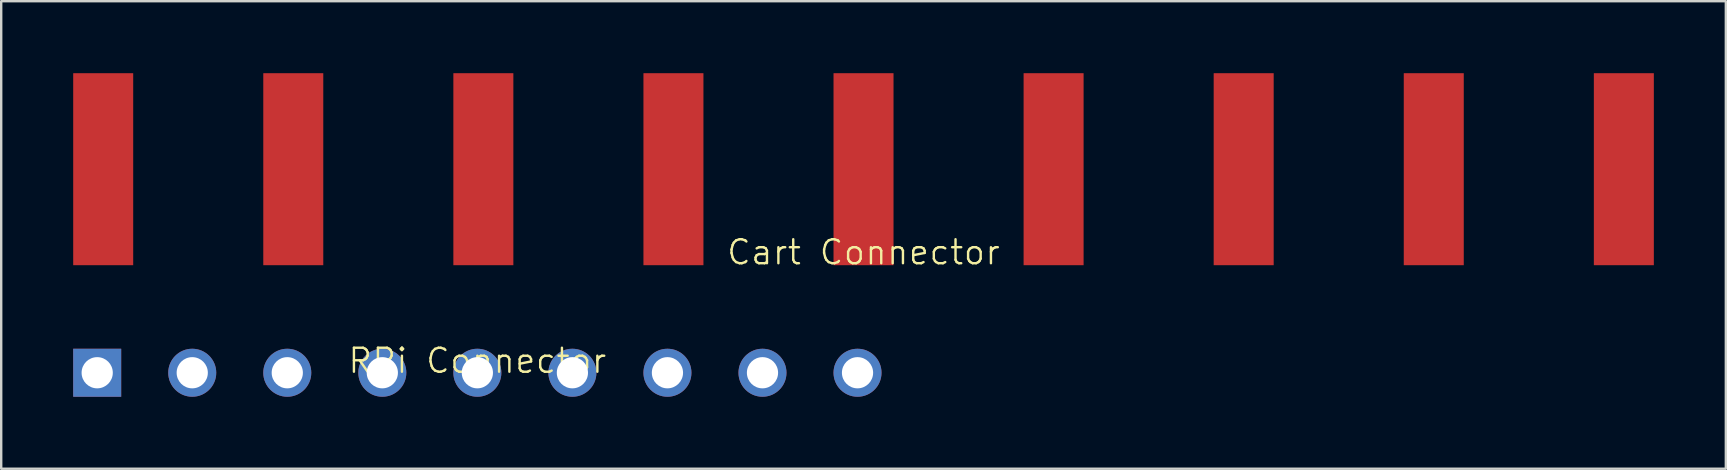
<source format=kicad_pcb>
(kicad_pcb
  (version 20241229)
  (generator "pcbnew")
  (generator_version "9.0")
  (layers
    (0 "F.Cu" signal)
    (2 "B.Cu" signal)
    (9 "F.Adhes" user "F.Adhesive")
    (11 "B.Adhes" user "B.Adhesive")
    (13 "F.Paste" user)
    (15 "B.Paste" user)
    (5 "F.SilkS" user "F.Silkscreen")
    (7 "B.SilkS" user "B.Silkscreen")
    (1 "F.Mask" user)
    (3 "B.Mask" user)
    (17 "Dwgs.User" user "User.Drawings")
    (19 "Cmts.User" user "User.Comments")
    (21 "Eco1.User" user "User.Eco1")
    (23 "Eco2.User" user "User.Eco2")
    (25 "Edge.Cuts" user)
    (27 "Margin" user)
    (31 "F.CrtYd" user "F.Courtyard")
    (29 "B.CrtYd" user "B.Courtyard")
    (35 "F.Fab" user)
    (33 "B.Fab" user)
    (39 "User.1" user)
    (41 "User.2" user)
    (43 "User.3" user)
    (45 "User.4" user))
  (footprint "RPi Connector"
    (layer "F.Cu")
    (at 16.84 12.481)
    (property "Reference" "RPi Connector" (at 0 -0.5 0) (unlocked yes) (layer "F.SilkS") (effects (font (size 1 1) (thickness 0.1))))
    (attr smd)
    (pad "1" thru_hole rect (at -15.84 0) (size 2 2) (drill 1.3) (layers "*.Cu" "*.Mask"))
    (pad "2" thru_hole circle (at -11.88 0) (size 2 2) (drill 1.3) (layers "*.Cu" "*.Mask"))
    (pad "3" thru_hole circle (at -7.92 0) (size 2 2) (drill 1.3) (layers "*.Cu" "*.Mask"))
    (pad "4" thru_hole circle (at -3.96 0) (size 2 2) (drill 1.3) (layers "*.Cu" "*.Mask"))
    (pad "5" thru_hole circle (at 0 0) (size 2 2) (drill 1.3) (layers "*.Cu" "*.Mask"))
    (pad "6" thru_hole circle (at 3.96 0) (size 2 2) (drill 1.3) (layers "*.Cu" "*.Mask"))
    (pad "7" thru_hole circle (at 7.92 0) (size 2 2) (drill 1.3) (layers "*.Cu" "*.Mask"))
    (pad "8" thru_hole circle (at 11.88 0) (size 2 2) (drill 1.3) (layers "*.Cu" "*.Mask"))
    (pad "9" thru_hole circle (at 15.84 0) (size 2 2) (drill 1.3) (layers "*.Cu" "*.Mask")))
  (footprint "Cart Connector"
    (layer "F.Cu")
    (at 32.93 7.96)
    (property "Reference" "Cart Connector" (at 0 -0.5 0) (unlocked yes) (layer "F.SilkS") (effects (font (size 1 1) (thickness 0.1))))
    (attr smd)
    (pad "1" smd rect (at -31.68 -3.96) (size 2.5 8) (layers "F.Cu" "F.Mask"))
    (pad "2" connect rect (at -23.76 -3.96) (size 2.5 8) (layers "F.Cu" "F.Mask"))
    (pad "3" connect rect (at -15.84 -3.96) (size 2.5 8) (layers "F.Cu" "F.Mask"))
    (pad "4" connect rect (at -7.92 -3.96) (size 2.5 8) (layers "F.Cu" "F.Mask"))
    (pad "5" connect rect (at 0 -3.96) (size 2.5 8) (layers "F.Cu" "F.Mask"))
    (pad "6" connect rect (at 7.92 -3.96) (size 2.5 8) (layers "F.Cu" "F.Mask"))
    (pad "7" connect rect (at 15.84 -3.96) (size 2.5 8) (layers "F.Cu" "F.Mask"))
    (pad "8" connect rect (at 23.76 -3.96) (size 2.5 8) (layers "F.Cu" "F.Mask"))
    (pad "9" connect rect (at 31.68 -3.96) (size 2.5 8) (layers "F.Cu" "F.Mask")))
  (gr_rect
    (start -3 -3)
    (end 68.86 16.481)
    (stroke (width 0.1) (type default))
    (fill no)
    (layer "Edge.Cuts")))
</source>
